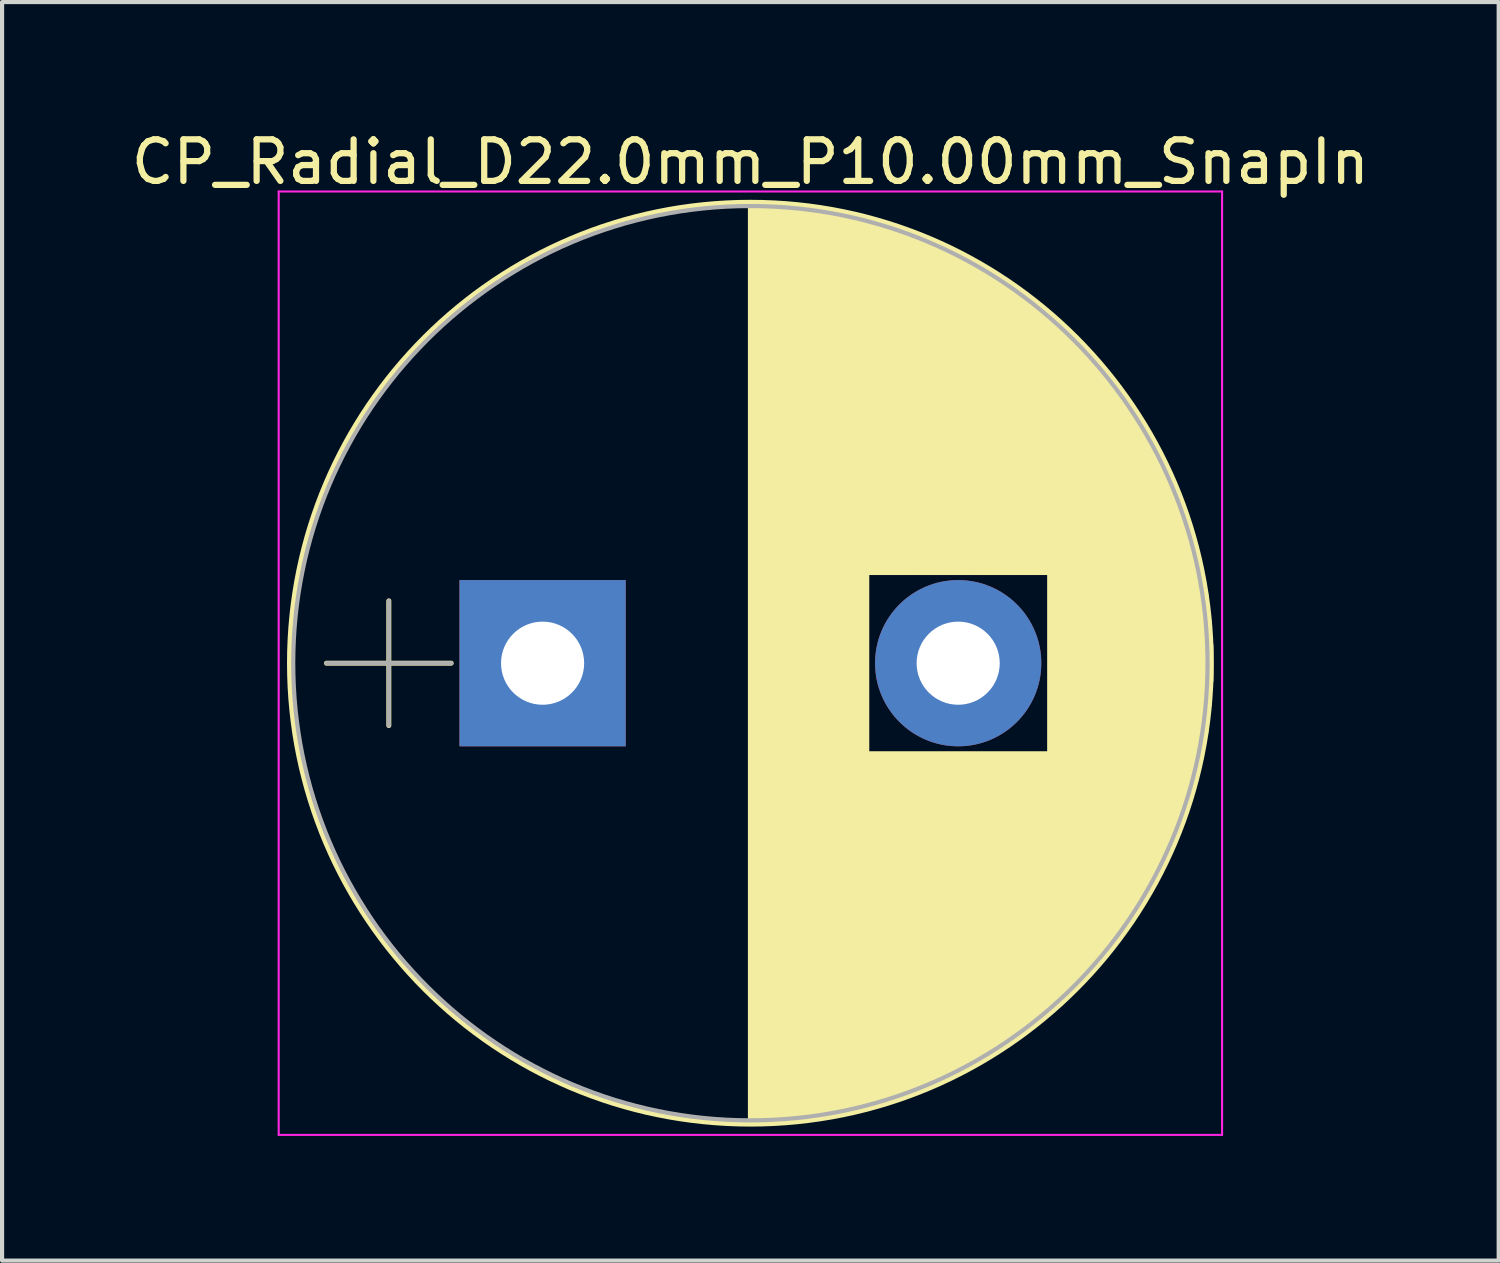
<source format=kicad_pcb>
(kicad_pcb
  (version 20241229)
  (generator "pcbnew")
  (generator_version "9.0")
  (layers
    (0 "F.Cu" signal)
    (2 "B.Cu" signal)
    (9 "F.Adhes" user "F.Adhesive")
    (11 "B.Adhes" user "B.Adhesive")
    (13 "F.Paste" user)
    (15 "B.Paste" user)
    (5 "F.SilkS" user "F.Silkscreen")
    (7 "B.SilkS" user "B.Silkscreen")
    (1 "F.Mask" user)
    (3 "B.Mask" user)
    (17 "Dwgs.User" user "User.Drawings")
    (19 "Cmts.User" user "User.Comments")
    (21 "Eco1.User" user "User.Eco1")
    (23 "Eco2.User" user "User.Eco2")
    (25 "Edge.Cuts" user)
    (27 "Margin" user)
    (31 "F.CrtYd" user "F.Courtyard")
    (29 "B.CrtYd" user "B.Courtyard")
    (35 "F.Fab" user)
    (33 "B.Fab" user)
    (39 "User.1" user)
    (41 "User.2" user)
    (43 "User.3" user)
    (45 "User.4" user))
  (footprint "CP_Radial_D22.0mm_P10.00mm_SnapIn"
    (layer "F.Cu")
    (at 10.006 12.908)
    (property "Reference" "CP_Radial_D22.0mm_P10.00mm_SnapIn" (at 5 -12.06 0) (layer "F.SilkS") (effects (font (size 1 1) (thickness 0.15))))
    (attr through_hole)
    (fp_line (start -5.2 0) (end -2.2 0) (stroke (width 0.12) (type solid)) (layer "F.SilkS"))
    (fp_line (start -3.7 -1.5) (end -3.7 1.5) (stroke (width 0.12) (type solid)) (layer "F.SilkS"))
    (fp_line (start 5 -11.05) (end 5 11.05) (stroke (width 0.12) (type solid)) (layer "F.SilkS"))
    (fp_line (start 5.04 -11.05) (end 5.04 11.05) (stroke (width 0.12) (type solid)) (layer "F.SilkS"))
    (fp_line (start 5.08 -11.05) (end 5.08 11.05) (stroke (width 0.12) (type solid)) (layer "F.SilkS"))
    (fp_line (start 5.12 -11.05) (end 5.12 11.05) (stroke (width 0.12) (type solid)) (layer "F.SilkS"))
    (fp_line (start 5.16 -11.049) (end 5.16 11.049) (stroke (width 0.12) (type solid)) (layer "F.SilkS"))
    (fp_line (start 5.2 -11.049) (end 5.2 11.049) (stroke (width 0.12) (type solid)) (layer "F.SilkS"))
    (fp_line (start 5.24 -11.048) (end 5.24 11.048) (stroke (width 0.12) (type solid)) (layer "F.SilkS"))
    (fp_line (start 5.28 -11.047) (end 5.28 11.047) (stroke (width 0.12) (type solid)) (layer "F.SilkS"))
    (fp_line (start 5.32 -11.046) (end 5.32 11.046) (stroke (width 0.12) (type solid)) (layer "F.SilkS"))
    (fp_line (start 5.36 -11.045) (end 5.36 11.045) (stroke (width 0.12) (type solid)) (layer "F.SilkS"))
    (fp_line (start 5.4 -11.043) (end 5.4 11.043) (stroke (width 0.12) (type solid)) (layer "F.SilkS"))
    (fp_line (start 5.44 -11.042) (end 5.44 11.042) (stroke (width 0.12) (type solid)) (layer "F.SilkS"))
    (fp_line (start 5.48 -11.04) (end 5.48 11.04) (stroke (width 0.12) (type solid)) (layer "F.SilkS"))
    (fp_line (start 5.52 -11.038) (end 5.52 11.038) (stroke (width 0.12) (type solid)) (layer "F.SilkS"))
    (fp_line (start 5.56 -11.036) (end 5.56 11.036) (stroke (width 0.12) (type solid)) (layer "F.SilkS"))
    (fp_line (start 5.6 -11.034) (end 5.6 11.034) (stroke (width 0.12) (type solid)) (layer "F.SilkS"))
    (fp_line (start 5.64 -11.032) (end 5.64 11.032) (stroke (width 0.12) (type solid)) (layer "F.SilkS"))
    (fp_line (start 5.68 -11.03) (end 5.68 11.03) (stroke (width 0.12) (type solid)) (layer "F.SilkS"))
    (fp_line (start 5.721 -11.027) (end 5.721 11.027) (stroke (width 0.12) (type solid)) (layer "F.SilkS"))
    (fp_line (start 5.761 -11.024) (end 5.761 11.024) (stroke (width 0.12) (type solid)) (layer "F.SilkS"))
    (fp_line (start 5.801 -11.022) (end 5.801 11.022) (stroke (width 0.12) (type solid)) (layer "F.SilkS"))
    (fp_line (start 5.841 -11.019) (end 5.841 11.019) (stroke (width 0.12) (type solid)) (layer "F.SilkS"))
    (fp_line (start 5.881 -11.016) (end 5.881 11.016) (stroke (width 0.12) (type solid)) (layer "F.SilkS"))
    (fp_line (start 5.921 -11.012) (end 5.921 11.012) (stroke (width 0.12) (type solid)) (layer "F.SilkS"))
    (fp_line (start 5.961 -11.009) (end 5.961 11.009) (stroke (width 0.12) (type solid)) (layer "F.SilkS"))
    (fp_line (start 6.001 -11.005) (end 6.001 11.005) (stroke (width 0.12) (type solid)) (layer "F.SilkS"))
    (fp_line (start 6.041 -11.002) (end 6.041 11.002) (stroke (width 0.12) (type solid)) (layer "F.SilkS"))
    (fp_line (start 6.081 -10.998) (end 6.081 10.998) (stroke (width 0.12) (type solid)) (layer "F.SilkS"))
    (fp_line (start 6.121 -10.994) (end 6.121 10.994) (stroke (width 0.12) (type solid)) (layer "F.SilkS"))
    (fp_line (start 6.161 -10.99) (end 6.161 10.99) (stroke (width 0.12) (type solid)) (layer "F.SilkS"))
    (fp_line (start 6.201 -10.985) (end 6.201 10.985) (stroke (width 0.12) (type solid)) (layer "F.SilkS"))
    (fp_line (start 6.241 -10.981) (end 6.241 10.981) (stroke (width 0.12) (type solid)) (layer "F.SilkS"))
    (fp_line (start 6.281 -10.976) (end 6.281 10.976) (stroke (width 0.12) (type solid)) (layer "F.SilkS"))
    (fp_line (start 6.321 -10.972) (end 6.321 10.972) (stroke (width 0.12) (type solid)) (layer "F.SilkS"))
    (fp_line (start 6.361 -10.967) (end 6.361 10.967) (stroke (width 0.12) (type solid)) (layer "F.SilkS"))
    (fp_line (start 6.401 -10.962) (end 6.401 10.962) (stroke (width 0.12) (type solid)) (layer "F.SilkS"))
    (fp_line (start 6.441 -10.957) (end 6.441 10.957) (stroke (width 0.12) (type solid)) (layer "F.SilkS"))
    (fp_line (start 6.481 -10.951) (end 6.481 10.951) (stroke (width 0.12) (type solid)) (layer "F.SilkS"))
    (fp_line (start 6.521 -10.946) (end 6.521 10.946) (stroke (width 0.12) (type solid)) (layer "F.SilkS"))
    (fp_line (start 6.561 -10.94) (end 6.561 10.94) (stroke (width 0.12) (type solid)) (layer "F.SilkS"))
    (fp_line (start 6.601 -10.934) (end 6.601 10.934) (stroke (width 0.12) (type solid)) (layer "F.SilkS"))
    (fp_line (start 6.641 -10.929) (end 6.641 10.929) (stroke (width 0.12) (type solid)) (layer "F.SilkS"))
    (fp_line (start 6.681 -10.923) (end 6.681 10.923) (stroke (width 0.12) (type solid)) (layer "F.SilkS"))
    (fp_line (start 6.721 -10.916) (end 6.721 10.916) (stroke (width 0.12) (type solid)) (layer "F.SilkS"))
    (fp_line (start 6.761 -10.91) (end 6.761 10.91) (stroke (width 0.12) (type solid)) (layer "F.SilkS"))
    (fp_line (start 6.801 -10.903) (end 6.801 10.903) (stroke (width 0.12) (type solid)) (layer "F.SilkS"))
    (fp_line (start 6.841 -10.897) (end 6.841 10.897) (stroke (width 0.12) (type solid)) (layer "F.SilkS"))
    (fp_line (start 6.881 -10.89) (end 6.881 10.89) (stroke (width 0.12) (type solid)) (layer "F.SilkS"))
    (fp_line (start 6.921 -10.883) (end 6.921 10.883) (stroke (width 0.12) (type solid)) (layer "F.SilkS"))
    (fp_line (start 6.961 -10.876) (end 6.961 10.876) (stroke (width 0.12) (type solid)) (layer "F.SilkS"))
    (fp_line (start 7.001 -10.869) (end 7.001 10.869) (stroke (width 0.12) (type solid)) (layer "F.SilkS"))
    (fp_line (start 7.041 -10.861) (end 7.041 10.861) (stroke (width 0.12) (type solid)) (layer "F.SilkS"))
    (fp_line (start 7.081 -10.854) (end 7.081 10.854) (stroke (width 0.12) (type solid)) (layer "F.SilkS"))
    (fp_line (start 7.121 -10.846) (end 7.121 10.846) (stroke (width 0.12) (type solid)) (layer "F.SilkS"))
    (fp_line (start 7.161 -10.838) (end 7.161 10.838) (stroke (width 0.12) (type solid)) (layer "F.SilkS"))
    (fp_line (start 7.201 -10.83) (end 7.201 10.83) (stroke (width 0.12) (type solid)) (layer "F.SilkS"))
    (fp_line (start 7.241 -10.822) (end 7.241 10.822) (stroke (width 0.12) (type solid)) (layer "F.SilkS"))
    (fp_line (start 7.281 -10.814) (end 7.281 10.814) (stroke (width 0.12) (type solid)) (layer "F.SilkS"))
    (fp_line (start 7.321 -10.805) (end 7.321 10.805) (stroke (width 0.12) (type solid)) (layer "F.SilkS"))
    (fp_line (start 7.361 -10.796) (end 7.361 10.796) (stroke (width 0.12) (type solid)) (layer "F.SilkS"))
    (fp_line (start 7.401 -10.788) (end 7.401 10.788) (stroke (width 0.12) (type solid)) (layer "F.SilkS"))
    (fp_line (start 7.441 -10.779) (end 7.441 10.779) (stroke (width 0.12) (type solid)) (layer "F.SilkS"))
    (fp_line (start 7.481 -10.77) (end 7.481 10.77) (stroke (width 0.12) (type solid)) (layer "F.SilkS"))
    (fp_line (start 7.521 -10.76) (end 7.521 10.76) (stroke (width 0.12) (type solid)) (layer "F.SilkS"))
    (fp_line (start 7.561 -10.751) (end 7.561 10.751) (stroke (width 0.12) (type solid)) (layer "F.SilkS"))
    (fp_line (start 7.601 -10.741) (end 7.601 10.741) (stroke (width 0.12) (type solid)) (layer "F.SilkS"))
    (fp_line (start 7.641 -10.732) (end 7.641 10.732) (stroke (width 0.12) (type solid)) (layer "F.SilkS"))
    (fp_line (start 7.681 -10.722) (end 7.681 10.722) (stroke (width 0.12) (type solid)) (layer "F.SilkS"))
    (fp_line (start 7.721 -10.712) (end 7.721 10.712) (stroke (width 0.12) (type solid)) (layer "F.SilkS"))
    (fp_line (start 7.761 -10.702) (end 7.761 10.702) (stroke (width 0.12) (type solid)) (layer "F.SilkS"))
    (fp_line (start 7.801 -10.691) (end 7.801 10.691) (stroke (width 0.12) (type solid)) (layer "F.SilkS"))
    (fp_line (start 7.841 -10.681) (end 7.841 -2.18) (stroke (width 0.12) (type solid)) (layer "F.SilkS"))
    (fp_line (start 7.841 2.18) (end 7.841 10.681) (stroke (width 0.12) (type solid)) (layer "F.SilkS"))
    (fp_line (start 7.881 -10.67) (end 7.881 -2.18) (stroke (width 0.12) (type solid)) (layer "F.SilkS"))
    (fp_line (start 7.881 2.18) (end 7.881 10.67) (stroke (width 0.12) (type solid)) (layer "F.SilkS"))
    (fp_line (start 7.921 -10.659) (end 7.921 -2.18) (stroke (width 0.12) (type solid)) (layer "F.SilkS"))
    (fp_line (start 7.921 2.18) (end 7.921 10.659) (stroke (width 0.12) (type solid)) (layer "F.SilkS"))
    (fp_line (start 7.961 -10.648) (end 7.961 -2.18) (stroke (width 0.12) (type solid)) (layer "F.SilkS"))
    (fp_line (start 7.961 2.18) (end 7.961 10.648) (stroke (width 0.12) (type solid)) (layer "F.SilkS"))
    (fp_line (start 8.001 -10.637) (end 8.001 -2.18) (stroke (width 0.12) (type solid)) (layer "F.SilkS"))
    (fp_line (start 8.001 2.18) (end 8.001 10.637) (stroke (width 0.12) (type solid)) (layer "F.SilkS"))
    (fp_line (start 8.041 -10.626) (end 8.041 -2.18) (stroke (width 0.12) (type solid)) (layer "F.SilkS"))
    (fp_line (start 8.041 2.18) (end 8.041 10.626) (stroke (width 0.12) (type solid)) (layer "F.SilkS"))
    (fp_line (start 8.081 -10.614) (end 8.081 -2.18) (stroke (width 0.12) (type solid)) (layer "F.SilkS"))
    (fp_line (start 8.081 2.18) (end 8.081 10.614) (stroke (width 0.12) (type solid)) (layer "F.SilkS"))
    (fp_line (start 8.121 -10.603) (end 8.121 -2.18) (stroke (width 0.12) (type solid)) (layer "F.SilkS"))
    (fp_line (start 8.121 2.18) (end 8.121 10.603) (stroke (width 0.12) (type solid)) (layer "F.SilkS"))
    (fp_line (start 8.161 -10.591) (end 8.161 -2.18) (stroke (width 0.12) (type solid)) (layer "F.SilkS"))
    (fp_line (start 8.161 2.18) (end 8.161 10.591) (stroke (width 0.12) (type solid)) (layer "F.SilkS"))
    (fp_line (start 8.201 -10.579) (end 8.201 -2.18) (stroke (width 0.12) (type solid)) (layer "F.SilkS"))
    (fp_line (start 8.201 2.18) (end 8.201 10.579) (stroke (width 0.12) (type solid)) (layer "F.SilkS"))
    (fp_line (start 8.241 -10.567) (end 8.241 -2.18) (stroke (width 0.12) (type solid)) (layer "F.SilkS"))
    (fp_line (start 8.241 2.18) (end 8.241 10.567) (stroke (width 0.12) (type solid)) (layer "F.SilkS"))
    (fp_line (start 8.281 -10.554) (end 8.281 -2.18) (stroke (width 0.12) (type solid)) (layer "F.SilkS"))
    (fp_line (start 8.281 2.18) (end 8.281 10.554) (stroke (width 0.12) (type solid)) (layer "F.SilkS"))
    (fp_line (start 8.321 -10.542) (end 8.321 -2.18) (stroke (width 0.12) (type solid)) (layer "F.SilkS"))
    (fp_line (start 8.321 2.18) (end 8.321 10.542) (stroke (width 0.12) (type solid)) (layer "F.SilkS"))
    (fp_line (start 8.361 -10.529) (end 8.361 -2.18) (stroke (width 0.12) (type solid)) (layer "F.SilkS"))
    (fp_line (start 8.361 2.18) (end 8.361 10.529) (stroke (width 0.12) (type solid)) (layer "F.SilkS"))
    (fp_line (start 8.401 -10.516) (end 8.401 -2.18) (stroke (width 0.12) (type solid)) (layer "F.SilkS"))
    (fp_line (start 8.401 2.18) (end 8.401 10.516) (stroke (width 0.12) (type solid)) (layer "F.SilkS"))
    (fp_line (start 8.441 -10.503) (end 8.441 -2.18) (stroke (width 0.12) (type solid)) (layer "F.SilkS"))
    (fp_line (start 8.441 2.18) (end 8.441 10.503) (stroke (width 0.12) (type solid)) (layer "F.SilkS"))
    (fp_line (start 8.481 -10.49) (end 8.481 -2.18) (stroke (width 0.12) (type solid)) (layer "F.SilkS"))
    (fp_line (start 8.481 2.18) (end 8.481 10.49) (stroke (width 0.12) (type solid)) (layer "F.SilkS"))
    (fp_line (start 8.521 -10.477) (end 8.521 -2.18) (stroke (width 0.12) (type solid)) (layer "F.SilkS"))
    (fp_line (start 8.521 2.18) (end 8.521 10.477) (stroke (width 0.12) (type solid)) (layer "F.SilkS"))
    (fp_line (start 8.561 -10.464) (end 8.561 -2.18) (stroke (width 0.12) (type solid)) (layer "F.SilkS"))
    (fp_line (start 8.561 2.18) (end 8.561 10.464) (stroke (width 0.12) (type solid)) (layer "F.SilkS"))
    (fp_line (start 8.601 -10.45) (end 8.601 -2.18) (stroke (width 0.12) (type solid)) (layer "F.SilkS"))
    (fp_line (start 8.601 2.18) (end 8.601 10.45) (stroke (width 0.12) (type solid)) (layer "F.SilkS"))
    (fp_line (start 8.641 -10.436) (end 8.641 -2.18) (stroke (width 0.12) (type solid)) (layer "F.SilkS"))
    (fp_line (start 8.641 2.18) (end 8.641 10.436) (stroke (width 0.12) (type solid)) (layer "F.SilkS"))
    (fp_line (start 8.681 -10.422) (end 8.681 -2.18) (stroke (width 0.12) (type solid)) (layer "F.SilkS"))
    (fp_line (start 8.681 2.18) (end 8.681 10.422) (stroke (width 0.12) (type solid)) (layer "F.SilkS"))
    (fp_line (start 8.721 -10.408) (end 8.721 -2.18) (stroke (width 0.12) (type solid)) (layer "F.SilkS"))
    (fp_line (start 8.721 2.18) (end 8.721 10.408) (stroke (width 0.12) (type solid)) (layer "F.SilkS"))
    (fp_line (start 8.761 -10.394) (end 8.761 -2.18) (stroke (width 0.12) (type solid)) (layer "F.SilkS"))
    (fp_line (start 8.761 2.18) (end 8.761 10.394) (stroke (width 0.12) (type solid)) (layer "F.SilkS"))
    (fp_line (start 8.801 -10.379) (end 8.801 -2.18) (stroke (width 0.12) (type solid)) (layer "F.SilkS"))
    (fp_line (start 8.801 2.18) (end 8.801 10.379) (stroke (width 0.12) (type solid)) (layer "F.SilkS"))
    (fp_line (start 8.841 -10.364) (end 8.841 -2.18) (stroke (width 0.12) (type solid)) (layer "F.SilkS"))
    (fp_line (start 8.841 2.18) (end 8.841 10.364) (stroke (width 0.12) (type solid)) (layer "F.SilkS"))
    (fp_line (start 8.881 -10.35) (end 8.881 -2.18) (stroke (width 0.12) (type solid)) (layer "F.SilkS"))
    (fp_line (start 8.881 2.18) (end 8.881 10.35) (stroke (width 0.12) (type solid)) (layer "F.SilkS"))
    (fp_line (start 8.921 -10.335) (end 8.921 -2.18) (stroke (width 0.12) (type solid)) (layer "F.SilkS"))
    (fp_line (start 8.921 2.18) (end 8.921 10.335) (stroke (width 0.12) (type solid)) (layer "F.SilkS"))
    (fp_line (start 8.961 -10.319) (end 8.961 -2.18) (stroke (width 0.12) (type solid)) (layer "F.SilkS"))
    (fp_line (start 8.961 2.18) (end 8.961 10.319) (stroke (width 0.12) (type solid)) (layer "F.SilkS"))
    (fp_line (start 9.001 -10.304) (end 9.001 -2.18) (stroke (width 0.12) (type solid)) (layer "F.SilkS"))
    (fp_line (start 9.001 2.18) (end 9.001 10.304) (stroke (width 0.12) (type solid)) (layer "F.SilkS"))
    (fp_line (start 9.041 -10.288) (end 9.041 -2.18) (stroke (width 0.12) (type solid)) (layer "F.SilkS"))
    (fp_line (start 9.041 2.18) (end 9.041 10.288) (stroke (width 0.12) (type solid)) (layer "F.SilkS"))
    (fp_line (start 9.081 -10.273) (end 9.081 -2.18) (stroke (width 0.12) (type solid)) (layer "F.SilkS"))
    (fp_line (start 9.081 2.18) (end 9.081 10.273) (stroke (width 0.12) (type solid)) (layer "F.SilkS"))
    (fp_line (start 9.121 -10.257) (end 9.121 -2.18) (stroke (width 0.12) (type solid)) (layer "F.SilkS"))
    (fp_line (start 9.121 2.18) (end 9.121 10.257) (stroke (width 0.12) (type solid)) (layer "F.SilkS"))
    (fp_line (start 9.161 -10.241) (end 9.161 -2.18) (stroke (width 0.12) (type solid)) (layer "F.SilkS"))
    (fp_line (start 9.161 2.18) (end 9.161 10.241) (stroke (width 0.12) (type solid)) (layer "F.SilkS"))
    (fp_line (start 9.201 -10.224) (end 9.201 -2.18) (stroke (width 0.12) (type solid)) (layer "F.SilkS"))
    (fp_line (start 9.201 2.18) (end 9.201 10.224) (stroke (width 0.12) (type solid)) (layer "F.SilkS"))
    (fp_line (start 9.241 -10.208) (end 9.241 -2.18) (stroke (width 0.12) (type solid)) (layer "F.SilkS"))
    (fp_line (start 9.241 2.18) (end 9.241 10.208) (stroke (width 0.12) (type solid)) (layer "F.SilkS"))
    (fp_line (start 9.281 -10.191) (end 9.281 -2.18) (stroke (width 0.12) (type solid)) (layer "F.SilkS"))
    (fp_line (start 9.281 2.18) (end 9.281 10.191) (stroke (width 0.12) (type solid)) (layer "F.SilkS"))
    (fp_line (start 9.321 -10.174) (end 9.321 -2.18) (stroke (width 0.12) (type solid)) (layer "F.SilkS"))
    (fp_line (start 9.321 2.18) (end 9.321 10.174) (stroke (width 0.12) (type solid)) (layer "F.SilkS"))
    (fp_line (start 9.361 -10.157) (end 9.361 -2.18) (stroke (width 0.12) (type solid)) (layer "F.SilkS"))
    (fp_line (start 9.361 2.18) (end 9.361 10.157) (stroke (width 0.12) (type solid)) (layer "F.SilkS"))
    (fp_line (start 9.401 -10.14) (end 9.401 -2.18) (stroke (width 0.12) (type solid)) (layer "F.SilkS"))
    (fp_line (start 9.401 2.18) (end 9.401 10.14) (stroke (width 0.12) (type solid)) (layer "F.SilkS"))
    (fp_line (start 9.441 -10.123) (end 9.441 -2.18) (stroke (width 0.12) (type solid)) (layer "F.SilkS"))
    (fp_line (start 9.441 2.18) (end 9.441 10.123) (stroke (width 0.12) (type solid)) (layer "F.SilkS"))
    (fp_line (start 9.481 -10.105) (end 9.481 -2.18) (stroke (width 0.12) (type solid)) (layer "F.SilkS"))
    (fp_line (start 9.481 2.18) (end 9.481 10.105) (stroke (width 0.12) (type solid)) (layer "F.SilkS"))
    (fp_line (start 9.521 -10.088) (end 9.521 -2.18) (stroke (width 0.12) (type solid)) (layer "F.SilkS"))
    (fp_line (start 9.521 2.18) (end 9.521 10.088) (stroke (width 0.12) (type solid)) (layer "F.SilkS"))
    (fp_line (start 9.561 -10.07) (end 9.561 -2.18) (stroke (width 0.12) (type solid)) (layer "F.SilkS"))
    (fp_line (start 9.561 2.18) (end 9.561 10.07) (stroke (width 0.12) (type solid)) (layer "F.SilkS"))
    (fp_line (start 9.601 -10.051) (end 9.601 -2.18) (stroke (width 0.12) (type solid)) (layer "F.SilkS"))
    (fp_line (start 9.601 2.18) (end 9.601 10.051) (stroke (width 0.12) (type solid)) (layer "F.SilkS"))
    (fp_line (start 9.641 -10.033) (end 9.641 -2.18) (stroke (width 0.12) (type solid)) (layer "F.SilkS"))
    (fp_line (start 9.641 2.18) (end 9.641 10.033) (stroke (width 0.12) (type solid)) (layer "F.SilkS"))
    (fp_line (start 9.681 -10.015) (end 9.681 -2.18) (stroke (width 0.12) (type solid)) (layer "F.SilkS"))
    (fp_line (start 9.681 2.18) (end 9.681 10.015) (stroke (width 0.12) (type solid)) (layer "F.SilkS"))
    (fp_line (start 9.721 -9.996) (end 9.721 -2.18) (stroke (width 0.12) (type solid)) (layer "F.SilkS"))
    (fp_line (start 9.721 2.18) (end 9.721 9.996) (stroke (width 0.12) (type solid)) (layer "F.SilkS"))
    (fp_line (start 9.761 -9.977) (end 9.761 -2.18) (stroke (width 0.12) (type solid)) (layer "F.SilkS"))
    (fp_line (start 9.761 2.18) (end 9.761 9.977) (stroke (width 0.12) (type solid)) (layer "F.SilkS"))
    (fp_line (start 9.801 -9.958) (end 9.801 -2.18) (stroke (width 0.12) (type solid)) (layer "F.SilkS"))
    (fp_line (start 9.801 2.18) (end 9.801 9.958) (stroke (width 0.12) (type solid)) (layer "F.SilkS"))
    (fp_line (start 9.841 -9.939) (end 9.841 -2.18) (stroke (width 0.12) (type solid)) (layer "F.SilkS"))
    (fp_line (start 9.841 2.18) (end 9.841 9.939) (stroke (width 0.12) (type solid)) (layer "F.SilkS"))
    (fp_line (start 9.881 -9.919) (end 9.881 -2.18) (stroke (width 0.12) (type solid)) (layer "F.SilkS"))
    (fp_line (start 9.881 2.18) (end 9.881 9.919) (stroke (width 0.12) (type solid)) (layer "F.SilkS"))
    (fp_line (start 9.921 -9.899) (end 9.921 -2.18) (stroke (width 0.12) (type solid)) (layer "F.SilkS"))
    (fp_line (start 9.921 2.18) (end 9.921 9.899) (stroke (width 0.12) (type solid)) (layer "F.SilkS"))
    (fp_line (start 9.961 -9.879) (end 9.961 -2.18) (stroke (width 0.12) (type solid)) (layer "F.SilkS"))
    (fp_line (start 9.961 2.18) (end 9.961 9.879) (stroke (width 0.12) (type solid)) (layer "F.SilkS"))
    (fp_line (start 10.001 -9.859) (end 10.001 -2.18) (stroke (width 0.12) (type solid)) (layer "F.SilkS"))
    (fp_line (start 10.001 2.18) (end 10.001 9.859) (stroke (width 0.12) (type solid)) (layer "F.SilkS"))
    (fp_line (start 10.041 -9.839) (end 10.041 -2.18) (stroke (width 0.12) (type solid)) (layer "F.SilkS"))
    (fp_line (start 10.041 2.18) (end 10.041 9.839) (stroke (width 0.12) (type solid)) (layer "F.SilkS"))
    (fp_line (start 10.081 -9.819) (end 10.081 -2.18) (stroke (width 0.12) (type solid)) (layer "F.SilkS"))
    (fp_line (start 10.081 2.18) (end 10.081 9.819) (stroke (width 0.12) (type solid)) (layer "F.SilkS"))
    (fp_line (start 10.121 -9.798) (end 10.121 -2.18) (stroke (width 0.12) (type solid)) (layer "F.SilkS"))
    (fp_line (start 10.121 2.18) (end 10.121 9.798) (stroke (width 0.12) (type solid)) (layer "F.SilkS"))
    (fp_line (start 10.161 -9.777) (end 10.161 -2.18) (stroke (width 0.12) (type solid)) (layer "F.SilkS"))
    (fp_line (start 10.161 2.18) (end 10.161 9.777) (stroke (width 0.12) (type solid)) (layer "F.SilkS"))
    (fp_line (start 10.201 -9.756) (end 10.201 -2.18) (stroke (width 0.12) (type solid)) (layer "F.SilkS"))
    (fp_line (start 10.201 2.18) (end 10.201 9.756) (stroke (width 0.12) (type solid)) (layer "F.SilkS"))
    (fp_line (start 10.241 -9.734) (end 10.241 -2.18) (stroke (width 0.12) (type solid)) (layer "F.SilkS"))
    (fp_line (start 10.241 2.18) (end 10.241 9.734) (stroke (width 0.12) (type solid)) (layer "F.SilkS"))
    (fp_line (start 10.281 -9.713) (end 10.281 -2.18) (stroke (width 0.12) (type solid)) (layer "F.SilkS"))
    (fp_line (start 10.281 2.18) (end 10.281 9.713) (stroke (width 0.12) (type solid)) (layer "F.SilkS"))
    (fp_line (start 10.321 -9.691) (end 10.321 -2.18) (stroke (width 0.12) (type solid)) (layer "F.SilkS"))
    (fp_line (start 10.321 2.18) (end 10.321 9.691) (stroke (width 0.12) (type solid)) (layer "F.SilkS"))
    (fp_line (start 10.361 -9.669) (end 10.361 -2.18) (stroke (width 0.12) (type solid)) (layer "F.SilkS"))
    (fp_line (start 10.361 2.18) (end 10.361 9.669) (stroke (width 0.12) (type solid)) (layer "F.SilkS"))
    (fp_line (start 10.401 -9.647) (end 10.401 -2.18) (stroke (width 0.12) (type solid)) (layer "F.SilkS"))
    (fp_line (start 10.401 2.18) (end 10.401 9.647) (stroke (width 0.12) (type solid)) (layer "F.SilkS"))
    (fp_line (start 10.441 -9.625) (end 10.441 -2.18) (stroke (width 0.12) (type solid)) (layer "F.SilkS"))
    (fp_line (start 10.441 2.18) (end 10.441 9.625) (stroke (width 0.12) (type solid)) (layer "F.SilkS"))
    (fp_line (start 10.481 -9.602) (end 10.481 -2.18) (stroke (width 0.12) (type solid)) (layer "F.SilkS"))
    (fp_line (start 10.481 2.18) (end 10.481 9.602) (stroke (width 0.12) (type solid)) (layer "F.SilkS"))
    (fp_line (start 10.521 -9.579) (end 10.521 -2.18) (stroke (width 0.12) (type solid)) (layer "F.SilkS"))
    (fp_line (start 10.521 2.18) (end 10.521 9.579) (stroke (width 0.12) (type solid)) (layer "F.SilkS"))
    (fp_line (start 10.561 -9.556) (end 10.561 -2.18) (stroke (width 0.12) (type solid)) (layer "F.SilkS"))
    (fp_line (start 10.561 2.18) (end 10.561 9.556) (stroke (width 0.12) (type solid)) (layer "F.SilkS"))
    (fp_line (start 10.601 -9.533) (end 10.601 -2.18) (stroke (width 0.12) (type solid)) (layer "F.SilkS"))
    (fp_line (start 10.601 2.18) (end 10.601 9.533) (stroke (width 0.12) (type solid)) (layer "F.SilkS"))
    (fp_line (start 10.641 -9.509) (end 10.641 -2.18) (stroke (width 0.12) (type solid)) (layer "F.SilkS"))
    (fp_line (start 10.641 2.18) (end 10.641 9.509) (stroke (width 0.12) (type solid)) (layer "F.SilkS"))
    (fp_line (start 10.681 -9.486) (end 10.681 -2.18) (stroke (width 0.12) (type solid)) (layer "F.SilkS"))
    (fp_line (start 10.681 2.18) (end 10.681 9.486) (stroke (width 0.12) (type solid)) (layer "F.SilkS"))
    (fp_line (start 10.721 -9.462) (end 10.721 -2.18) (stroke (width 0.12) (type solid)) (layer "F.SilkS"))
    (fp_line (start 10.721 2.18) (end 10.721 9.462) (stroke (width 0.12) (type solid)) (layer "F.SilkS"))
    (fp_line (start 10.761 -9.437) (end 10.761 -2.18) (stroke (width 0.12) (type solid)) (layer "F.SilkS"))
    (fp_line (start 10.761 2.18) (end 10.761 9.437) (stroke (width 0.12) (type solid)) (layer "F.SilkS"))
    (fp_line (start 10.801 -9.413) (end 10.801 -2.18) (stroke (width 0.12) (type solid)) (layer "F.SilkS"))
    (fp_line (start 10.801 2.18) (end 10.801 9.413) (stroke (width 0.12) (type solid)) (layer "F.SilkS"))
    (fp_line (start 10.841 -9.388) (end 10.841 -2.18) (stroke (width 0.12) (type solid)) (layer "F.SilkS"))
    (fp_line (start 10.841 2.18) (end 10.841 9.388) (stroke (width 0.12) (type solid)) (layer "F.SilkS"))
    (fp_line (start 10.881 -9.363) (end 10.881 -2.18) (stroke (width 0.12) (type solid)) (layer "F.SilkS"))
    (fp_line (start 10.881 2.18) (end 10.881 9.363) (stroke (width 0.12) (type solid)) (layer "F.SilkS"))
    (fp_line (start 10.921 -9.338) (end 10.921 -2.18) (stroke (width 0.12) (type solid)) (layer "F.SilkS"))
    (fp_line (start 10.921 2.18) (end 10.921 9.338) (stroke (width 0.12) (type solid)) (layer "F.SilkS"))
    (fp_line (start 10.961 -9.313) (end 10.961 -2.18) (stroke (width 0.12) (type solid)) (layer "F.SilkS"))
    (fp_line (start 10.961 2.18) (end 10.961 9.313) (stroke (width 0.12) (type solid)) (layer "F.SilkS"))
    (fp_line (start 11.001 -9.287) (end 11.001 -2.18) (stroke (width 0.12) (type solid)) (layer "F.SilkS"))
    (fp_line (start 11.001 2.18) (end 11.001 9.287) (stroke (width 0.12) (type solid)) (layer "F.SilkS"))
    (fp_line (start 11.041 -9.261) (end 11.041 -2.18) (stroke (width 0.12) (type solid)) (layer "F.SilkS"))
    (fp_line (start 11.041 2.18) (end 11.041 9.261) (stroke (width 0.12) (type solid)) (layer "F.SilkS"))
    (fp_line (start 11.081 -9.235) (end 11.081 -2.18) (stroke (width 0.12) (type solid)) (layer "F.SilkS"))
    (fp_line (start 11.081 2.18) (end 11.081 9.235) (stroke (width 0.12) (type solid)) (layer "F.SilkS"))
    (fp_line (start 11.121 -9.209) (end 11.121 -2.18) (stroke (width 0.12) (type solid)) (layer "F.SilkS"))
    (fp_line (start 11.121 2.18) (end 11.121 9.209) (stroke (width 0.12) (type solid)) (layer "F.SilkS"))
    (fp_line (start 11.161 -9.182) (end 11.161 -2.18) (stroke (width 0.12) (type solid)) (layer "F.SilkS"))
    (fp_line (start 11.161 2.18) (end 11.161 9.182) (stroke (width 0.12) (type solid)) (layer "F.SilkS"))
    (fp_line (start 11.201 -9.156) (end 11.201 -2.18) (stroke (width 0.12) (type solid)) (layer "F.SilkS"))
    (fp_line (start 11.201 2.18) (end 11.201 9.156) (stroke (width 0.12) (type solid)) (layer "F.SilkS"))
    (fp_line (start 11.241 -9.128) (end 11.241 -2.18) (stroke (width 0.12) (type solid)) (layer "F.SilkS"))
    (fp_line (start 11.241 2.18) (end 11.241 9.128) (stroke (width 0.12) (type solid)) (layer "F.SilkS"))
    (fp_line (start 11.281 -9.101) (end 11.281 -2.18) (stroke (width 0.12) (type solid)) (layer "F.SilkS"))
    (fp_line (start 11.281 2.18) (end 11.281 9.101) (stroke (width 0.12) (type solid)) (layer "F.SilkS"))
    (fp_line (start 11.321 -9.073) (end 11.321 -2.18) (stroke (width 0.12) (type solid)) (layer "F.SilkS"))
    (fp_line (start 11.321 2.18) (end 11.321 9.073) (stroke (width 0.12) (type solid)) (layer "F.SilkS"))
    (fp_line (start 11.361 -9.046) (end 11.361 -2.18) (stroke (width 0.12) (type solid)) (layer "F.SilkS"))
    (fp_line (start 11.361 2.18) (end 11.361 9.046) (stroke (width 0.12) (type solid)) (layer "F.SilkS"))
    (fp_line (start 11.401 -9.017) (end 11.401 -2.18) (stroke (width 0.12) (type solid)) (layer "F.SilkS"))
    (fp_line (start 11.401 2.18) (end 11.401 9.017) (stroke (width 0.12) (type solid)) (layer "F.SilkS"))
    (fp_line (start 11.441 -8.989) (end 11.441 -2.18) (stroke (width 0.12) (type solid)) (layer "F.SilkS"))
    (fp_line (start 11.441 2.18) (end 11.441 8.989) (stroke (width 0.12) (type solid)) (layer "F.SilkS"))
    (fp_line (start 11.481 -8.96) (end 11.481 -2.18) (stroke (width 0.12) (type solid)) (layer "F.SilkS"))
    (fp_line (start 11.481 2.18) (end 11.481 8.96) (stroke (width 0.12) (type solid)) (layer "F.SilkS"))
    (fp_line (start 11.521 -8.931) (end 11.521 -2.18) (stroke (width 0.12) (type solid)) (layer "F.SilkS"))
    (fp_line (start 11.521 2.18) (end 11.521 8.931) (stroke (width 0.12) (type solid)) (layer "F.SilkS"))
    (fp_line (start 11.561 -8.902) (end 11.561 -2.18) (stroke (width 0.12) (type solid)) (layer "F.SilkS"))
    (fp_line (start 11.561 2.18) (end 11.561 8.902) (stroke (width 0.12) (type solid)) (layer "F.SilkS"))
    (fp_line (start 11.601 -8.873) (end 11.601 -2.18) (stroke (width 0.12) (type solid)) (layer "F.SilkS"))
    (fp_line (start 11.601 2.18) (end 11.601 8.873) (stroke (width 0.12) (type solid)) (layer "F.SilkS"))
    (fp_line (start 11.641 -8.843) (end 11.641 -2.18) (stroke (width 0.12) (type solid)) (layer "F.SilkS"))
    (fp_line (start 11.641 2.18) (end 11.641 8.843) (stroke (width 0.12) (type solid)) (layer "F.SilkS"))
    (fp_line (start 11.681 -8.813) (end 11.681 -2.18) (stroke (width 0.12) (type solid)) (layer "F.SilkS"))
    (fp_line (start 11.681 2.18) (end 11.681 8.813) (stroke (width 0.12) (type solid)) (layer "F.SilkS"))
    (fp_line (start 11.721 -8.783) (end 11.721 -2.18) (stroke (width 0.12) (type solid)) (layer "F.SilkS"))
    (fp_line (start 11.721 2.18) (end 11.721 8.783) (stroke (width 0.12) (type solid)) (layer "F.SilkS"))
    (fp_line (start 11.761 -8.752) (end 11.761 -2.18) (stroke (width 0.12) (type solid)) (layer "F.SilkS"))
    (fp_line (start 11.761 2.18) (end 11.761 8.752) (stroke (width 0.12) (type solid)) (layer "F.SilkS"))
    (fp_line (start 11.801 -8.721) (end 11.801 -2.18) (stroke (width 0.12) (type solid)) (layer "F.SilkS"))
    (fp_line (start 11.801 2.18) (end 11.801 8.721) (stroke (width 0.12) (type solid)) (layer "F.SilkS"))
    (fp_line (start 11.841 -8.69) (end 11.841 -2.18) (stroke (width 0.12) (type solid)) (layer "F.SilkS"))
    (fp_line (start 11.841 2.18) (end 11.841 8.69) (stroke (width 0.12) (type solid)) (layer "F.SilkS"))
    (fp_line (start 11.881 -8.658) (end 11.881 -2.18) (stroke (width 0.12) (type solid)) (layer "F.SilkS"))
    (fp_line (start 11.881 2.18) (end 11.881 8.658) (stroke (width 0.12) (type solid)) (layer "F.SilkS"))
    (fp_line (start 11.921 -8.627) (end 11.921 -2.18) (stroke (width 0.12) (type solid)) (layer "F.SilkS"))
    (fp_line (start 11.921 2.18) (end 11.921 8.627) (stroke (width 0.12) (type solid)) (layer "F.SilkS"))
    (fp_line (start 11.961 -8.595) (end 11.961 -2.18) (stroke (width 0.12) (type solid)) (layer "F.SilkS"))
    (fp_line (start 11.961 2.18) (end 11.961 8.595) (stroke (width 0.12) (type solid)) (layer "F.SilkS"))
    (fp_line (start 12.001 -8.562) (end 12.001 -2.18) (stroke (width 0.12) (type solid)) (layer "F.SilkS"))
    (fp_line (start 12.001 2.18) (end 12.001 8.562) (stroke (width 0.12) (type solid)) (layer "F.SilkS"))
    (fp_line (start 12.041 -8.529) (end 12.041 -2.18) (stroke (width 0.12) (type solid)) (layer "F.SilkS"))
    (fp_line (start 12.041 2.18) (end 12.041 8.529) (stroke (width 0.12) (type solid)) (layer "F.SilkS"))
    (fp_line (start 12.081 -8.496) (end 12.081 -2.18) (stroke (width 0.12) (type solid)) (layer "F.SilkS"))
    (fp_line (start 12.081 2.18) (end 12.081 8.496) (stroke (width 0.12) (type solid)) (layer "F.SilkS"))
    (fp_line (start 12.121 -8.463) (end 12.121 -2.18) (stroke (width 0.12) (type solid)) (layer "F.SilkS"))
    (fp_line (start 12.121 2.18) (end 12.121 8.463) (stroke (width 0.12) (type solid)) (layer "F.SilkS"))
    (fp_line (start 12.161 -8.429) (end 12.161 -2.18) (stroke (width 0.12) (type solid)) (layer "F.SilkS"))
    (fp_line (start 12.161 2.18) (end 12.161 8.429) (stroke (width 0.12) (type solid)) (layer "F.SilkS"))
    (fp_line (start 12.201 -8.395) (end 12.201 8.395) (stroke (width 0.12) (type solid)) (layer "F.SilkS"))
    (fp_line (start 12.241 -8.361) (end 12.241 8.361) (stroke (width 0.12) (type solid)) (layer "F.SilkS"))
    (fp_line (start 12.281 -8.326) (end 12.281 8.326) (stroke (width 0.12) (type solid)) (layer "F.SilkS"))
    (fp_line (start 12.321 -8.292) (end 12.321 8.292) (stroke (width 0.12) (type solid)) (layer "F.SilkS"))
    (fp_line (start 12.361 -8.256) (end 12.361 8.256) (stroke (width 0.12) (type solid)) (layer "F.SilkS"))
    (fp_line (start 12.401 -8.221) (end 12.401 8.221) (stroke (width 0.12) (type solid)) (layer "F.SilkS"))
    (fp_line (start 12.441 -8.185) (end 12.441 8.185) (stroke (width 0.12) (type solid)) (layer "F.SilkS"))
    (fp_line (start 12.481 -8.148) (end 12.481 8.148) (stroke (width 0.12) (type solid)) (layer "F.SilkS"))
    (fp_line (start 12.521 -8.111) (end 12.521 8.111) (stroke (width 0.12) (type solid)) (layer "F.SilkS"))
    (fp_line (start 12.561 -8.074) (end 12.561 8.074) (stroke (width 0.12) (type solid)) (layer "F.SilkS"))
    (fp_line (start 12.601 -8.037) (end 12.601 8.037) (stroke (width 0.12) (type solid)) (layer "F.SilkS"))
    (fp_line (start 12.641 -7.999) (end 12.641 7.999) (stroke (width 0.12) (type solid)) (layer "F.SilkS"))
    (fp_line (start 12.681 -7.961) (end 12.681 7.961) (stroke (width 0.12) (type solid)) (layer "F.SilkS"))
    (fp_line (start 12.721 -7.922) (end 12.721 7.922) (stroke (width 0.12) (type solid)) (layer "F.SilkS"))
    (fp_line (start 12.761 -7.883) (end 12.761 7.883) (stroke (width 0.12) (type solid)) (layer "F.SilkS"))
    (fp_line (start 12.801 -7.844) (end 12.801 7.844) (stroke (width 0.12) (type solid)) (layer "F.SilkS"))
    (fp_line (start 12.841 -7.804) (end 12.841 7.804) (stroke (width 0.12) (type solid)) (layer "F.SilkS"))
    (fp_line (start 12.881 -7.764) (end 12.881 7.764) (stroke (width 0.12) (type solid)) (layer "F.SilkS"))
    (fp_line (start 12.921 -7.723) (end 12.921 7.723) (stroke (width 0.12) (type solid)) (layer "F.SilkS"))
    (fp_line (start 12.961 -7.682) (end 12.961 7.682) (stroke (width 0.12) (type solid)) (layer "F.SilkS"))
    (fp_line (start 13.001 -7.641) (end 13.001 7.641) (stroke (width 0.12) (type solid)) (layer "F.SilkS"))
    (fp_line (start 13.041 -7.599) (end 13.041 7.599) (stroke (width 0.12) (type solid)) (layer "F.SilkS"))
    (fp_line (start 13.081 -7.557) (end 13.081 7.557) (stroke (width 0.12) (type solid)) (layer "F.SilkS"))
    (fp_line (start 13.121 -7.514) (end 13.121 7.514) (stroke (width 0.12) (type solid)) (layer "F.SilkS"))
    (fp_line (start 13.161 -7.471) (end 13.161 7.471) (stroke (width 0.12) (type solid)) (layer "F.SilkS"))
    (fp_line (start 13.2 -7.427) (end 13.2 7.427) (stroke (width 0.12) (type solid)) (layer "F.SilkS"))
    (fp_line (start 13.24 -7.383) (end 13.24 7.383) (stroke (width 0.12) (type solid)) (layer "F.SilkS"))
    (fp_line (start 13.28 -7.338) (end 13.28 7.338) (stroke (width 0.12) (type solid)) (layer "F.SilkS"))
    (fp_line (start 13.32 -7.293) (end 13.32 7.293) (stroke (width 0.12) (type solid)) (layer "F.SilkS"))
    (fp_line (start 13.36 -7.247) (end 13.36 7.247) (stroke (width 0.12) (type solid)) (layer "F.SilkS"))
    (fp_line (start 13.4 -7.201) (end 13.4 7.201) (stroke (width 0.12) (type solid)) (layer "F.SilkS"))
    (fp_line (start 13.44 -7.155) (end 13.44 7.155) (stroke (width 0.12) (type solid)) (layer "F.SilkS"))
    (fp_line (start 13.48 -7.107) (end 13.48 7.107) (stroke (width 0.12) (type solid)) (layer "F.SilkS"))
    (fp_line (start 13.52 -7.06) (end 13.52 7.06) (stroke (width 0.12) (type solid)) (layer "F.SilkS"))
    (fp_line (start 13.56 -7.011) (end 13.56 7.011) (stroke (width 0.12) (type solid)) (layer "F.SilkS"))
    (fp_line (start 13.6 -6.963) (end 13.6 6.963) (stroke (width 0.12) (type solid)) (layer "F.SilkS"))
    (fp_line (start 13.64 -6.913) (end 13.64 6.913) (stroke (width 0.12) (type solid)) (layer "F.SilkS"))
    (fp_line (start 13.68 -6.863) (end 13.68 6.863) (stroke (width 0.12) (type solid)) (layer "F.SilkS"))
    (fp_line (start 13.72 -6.812) (end 13.72 6.812) (stroke (width 0.12) (type solid)) (layer "F.SilkS"))
    (fp_line (start 13.76 -6.761) (end 13.76 6.761) (stroke (width 0.12) (type solid)) (layer "F.SilkS"))
    (fp_line (start 13.8 -6.709) (end 13.8 6.709) (stroke (width 0.12) (type solid)) (layer "F.SilkS"))
    (fp_line (start 13.84 -6.657) (end 13.84 6.657) (stroke (width 0.12) (type solid)) (layer "F.SilkS"))
    (fp_line (start 13.88 -6.604) (end 13.88 6.604) (stroke (width 0.12) (type solid)) (layer "F.SilkS"))
    (fp_line (start 13.92 -6.55) (end 13.92 6.55) (stroke (width 0.12) (type solid)) (layer "F.SilkS"))
    (fp_line (start 13.96 -6.496) (end 13.96 6.496) (stroke (width 0.12) (type solid)) (layer "F.SilkS"))
    (fp_line (start 14 -6.44) (end 14 6.44) (stroke (width 0.12) (type solid)) (layer "F.SilkS"))
    (fp_line (start 14.04 -6.384) (end 14.04 6.384) (stroke (width 0.12) (type solid)) (layer "F.SilkS"))
    (fp_line (start 14.08 -6.328) (end 14.08 6.328) (stroke (width 0.12) (type solid)) (layer "F.SilkS"))
    (fp_line (start 14.12 -6.27) (end 14.12 6.27) (stroke (width 0.12) (type solid)) (layer "F.SilkS"))
    (fp_line (start 14.16 -6.212) (end 14.16 6.212) (stroke (width 0.12) (type solid)) (layer "F.SilkS"))
    (fp_line (start 14.2 -6.153) (end 14.2 6.153) (stroke (width 0.12) (type solid)) (layer "F.SilkS"))
    (fp_line (start 14.24 -6.093) (end 14.24 6.093) (stroke (width 0.12) (type solid)) (layer "F.SilkS"))
    (fp_line (start 14.28 -6.033) (end 14.28 6.033) (stroke (width 0.12) (type solid)) (layer "F.SilkS"))
    (fp_line (start 14.32 -5.971) (end 14.32 5.971) (stroke (width 0.12) (type solid)) (layer "F.SilkS"))
    (fp_line (start 14.36 -5.908) (end 14.36 5.908) (stroke (width 0.12) (type solid)) (layer "F.SilkS"))
    (fp_line (start 14.4 -5.845) (end 14.4 5.845) (stroke (width 0.12) (type solid)) (layer "F.SilkS"))
    (fp_line (start 14.44 -5.781) (end 14.44 5.781) (stroke (width 0.12) (type solid)) (layer "F.SilkS"))
    (fp_line (start 14.48 -5.715) (end 14.48 5.715) (stroke (width 0.12) (type solid)) (layer "F.SilkS"))
    (fp_line (start 14.52 -5.649) (end 14.52 5.649) (stroke (width 0.12) (type solid)) (layer "F.SilkS"))
    (fp_line (start 14.56 -5.581) (end 14.56 5.581) (stroke (width 0.12) (type solid)) (layer "F.SilkS"))
    (fp_line (start 14.6 -5.513) (end 14.6 5.513) (stroke (width 0.12) (type solid)) (layer "F.SilkS"))
    (fp_line (start 14.64 -5.443) (end 14.64 5.443) (stroke (width 0.12) (type solid)) (layer "F.SilkS"))
    (fp_line (start 14.68 -5.372) (end 14.68 5.372) (stroke (width 0.12) (type solid)) (layer "F.SilkS"))
    (fp_line (start 14.72 -5.3) (end 14.72 5.3) (stroke (width 0.12) (type solid)) (layer "F.SilkS"))
    (fp_line (start 14.76 -5.226) (end 14.76 5.226) (stroke (width 0.12) (type solid)) (layer "F.SilkS"))
    (fp_line (start 14.8 -5.152) (end 14.8 5.152) (stroke (width 0.12) (type solid)) (layer "F.SilkS"))
    (fp_line (start 14.84 -5.075) (end 14.84 5.075) (stroke (width 0.12) (type solid)) (layer "F.SilkS"))
    (fp_line (start 14.88 -4.998) (end 14.88 4.998) (stroke (width 0.12) (type solid)) (layer "F.SilkS"))
    (fp_line (start 14.92 -4.918) (end 14.92 4.918) (stroke (width 0.12) (type solid)) (layer "F.SilkS"))
    (fp_line (start 14.96 -4.838) (end 14.96 4.838) (stroke (width 0.12) (type solid)) (layer "F.SilkS"))
    (fp_line (start 15 -4.755) (end 15 4.755) (stroke (width 0.12) (type solid)) (layer "F.SilkS"))
    (fp_line (start 15.04 -4.671) (end 15.04 4.671) (stroke (width 0.12) (type solid)) (layer "F.SilkS"))
    (fp_line (start 15.08 -4.585) (end 15.08 4.585) (stroke (width 0.12) (type solid)) (layer "F.SilkS"))
    (fp_line (start 15.12 -4.496) (end 15.12 4.496) (stroke (width 0.12) (type solid)) (layer "F.SilkS"))
    (fp_line (start 15.16 -4.406) (end 15.16 4.406) (stroke (width 0.12) (type solid)) (layer "F.SilkS"))
    (fp_line (start 15.2 -4.313) (end 15.2 4.313) (stroke (width 0.12) (type solid)) (layer "F.SilkS"))
    (fp_line (start 15.24 -4.218) (end 15.24 4.218) (stroke (width 0.12) (type solid)) (layer "F.SilkS"))
    (fp_line (start 15.28 -4.121) (end 15.28 4.121) (stroke (width 0.12) (type solid)) (layer "F.SilkS"))
    (fp_line (start 15.32 -4.021) (end 15.32 4.021) (stroke (width 0.12) (type solid)) (layer "F.SilkS"))
    (fp_line (start 15.36 -3.918) (end 15.36 3.918) (stroke (width 0.12) (type solid)) (layer "F.SilkS"))
    (fp_line (start 15.4 -3.811) (end 15.4 3.811) (stroke (width 0.12) (type solid)) (layer "F.SilkS"))
    (fp_line (start 15.44 -3.701) (end 15.44 3.701) (stroke (width 0.12) (type solid)) (layer "F.SilkS"))
    (fp_line (start 15.48 -3.588) (end 15.48 3.588) (stroke (width 0.12) (type solid)) (layer "F.SilkS"))
    (fp_line (start 15.52 -3.47) (end 15.52 3.47) (stroke (width 0.12) (type solid)) (layer "F.SilkS"))
    (fp_line (start 15.56 -3.348) (end 15.56 3.348) (stroke (width 0.12) (type solid)) (layer "F.SilkS"))
    (fp_line (start 15.6 -3.221) (end 15.6 3.221) (stroke (width 0.12) (type solid)) (layer "F.SilkS"))
    (fp_line (start 15.64 -3.088) (end 15.64 3.088) (stroke (width 0.12) (type solid)) (layer "F.SilkS"))
    (fp_line (start 15.68 -2.948) (end 15.68 2.948) (stroke (width 0.12) (type solid)) (layer "F.SilkS"))
    (fp_line (start 15.72 -2.801) (end 15.72 2.801) (stroke (width 0.12) (type solid)) (layer "F.SilkS"))
    (fp_line (start 15.76 -2.646) (end 15.76 2.646) (stroke (width 0.12) (type solid)) (layer "F.SilkS"))
    (fp_line (start 15.8 -2.48) (end 15.8 2.48) (stroke (width 0.12) (type solid)) (layer "F.SilkS"))
    (fp_line (start 15.84 -2.302) (end 15.84 2.302) (stroke (width 0.12) (type solid)) (layer "F.SilkS"))
    (fp_line (start 15.88 -2.108) (end 15.88 2.108) (stroke (width 0.12) (type solid)) (layer "F.SilkS"))
    (fp_line (start 15.92 -1.895) (end 15.92 1.895) (stroke (width 0.12) (type solid)) (layer "F.SilkS"))
    (fp_line (start 15.96 -1.654) (end 15.96 1.654) (stroke (width 0.12) (type solid)) (layer "F.SilkS"))
    (fp_line (start 16 -1.371) (end 16 1.371) (stroke (width 0.12) (type solid)) (layer "F.SilkS"))
    (fp_line (start 16.04 -1.012) (end 16.04 1.012) (stroke (width 0.12) (type solid)) (layer "F.SilkS"))
    (fp_line (start 16.08 -0.431) (end 16.08 0.431) (stroke (width 0.12) (type solid)) (layer "F.SilkS"))
    (fp_circle (center 5 0) (end 16.09 0) (stroke (width 0.12) (type solid)) (fill no) (layer "F.SilkS"))
    (fp_line (start -6.35 -11.35) (end -6.35 11.35) (stroke (width 0.05) (type solid)) (layer "F.CrtYd"))
    (fp_line (start -6.35 11.35) (end 16.35 11.35) (stroke (width 0.05) (type solid)) (layer "F.CrtYd"))
    (fp_line (start 16.35 -11.35) (end -6.35 -11.35) (stroke (width 0.05) (type solid)) (layer "F.CrtYd"))
    (fp_line (start 16.35 11.35) (end 16.35 -11.35) (stroke (width 0.05) (type solid)) (layer "F.CrtYd"))
    (fp_line (start -5.2 0) (end -2.2 0) (stroke (width 0.1) (type solid)) (layer "F.Fab"))
    (fp_line (start -3.7 -1.5) (end -3.7 1.5) (stroke (width 0.1) (type solid)) (layer "F.Fab"))
    (fp_circle (center 5 0) (end 16 0) (stroke (width 0.1) (type solid)) (fill no) (layer "F.Fab"))
    (pad "1" thru_hole rect (at 0 0) (size 4 4) (drill 2) (layers "*.Cu" "*.Mask"))
    (pad "2" thru_hole circle (at 10 0) (size 4 4) (drill 2) (layers "*.Cu" "*.Mask")))
  (gr_rect
    (start -3 -3)
    (end 33.012 27.283)
    (stroke (width 0.1) (type default))
    (fill no)
    (layer "Edge.Cuts")))
</source>
